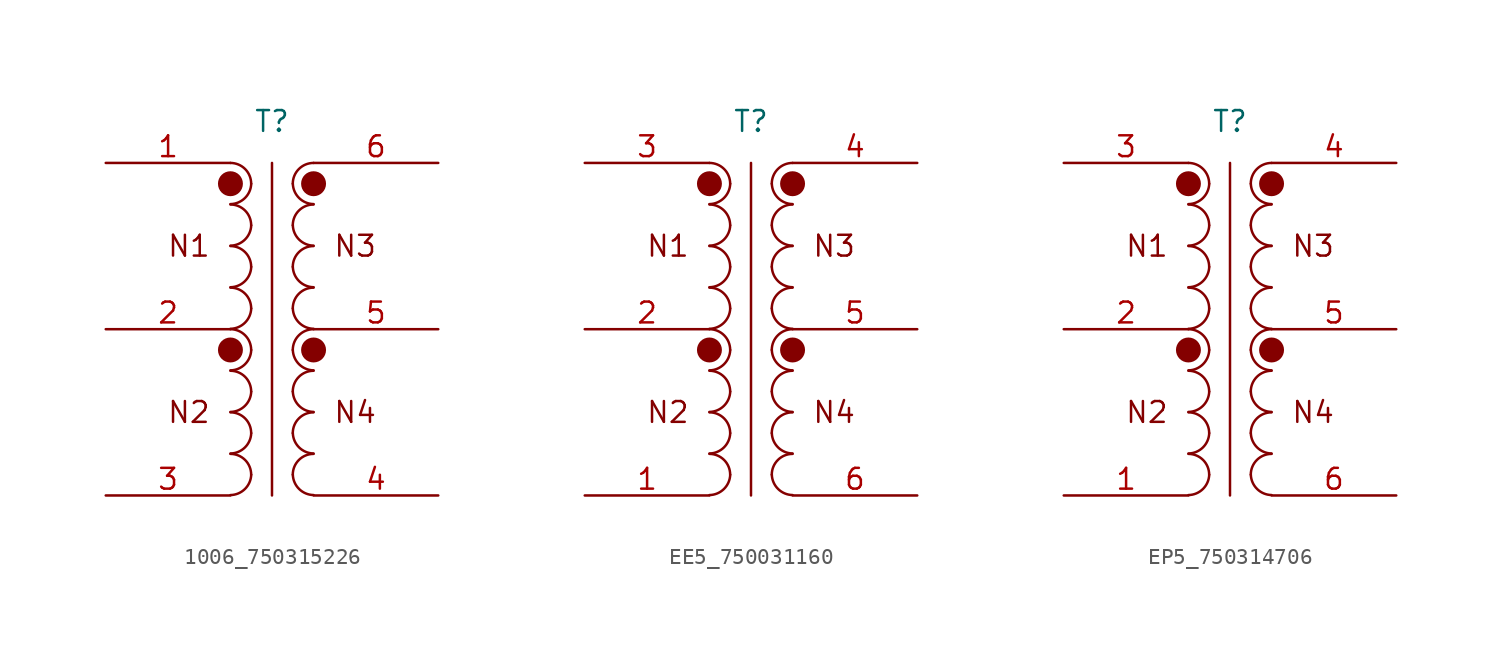
<source format=kicad_sym>
(kicad_symbol_lib
  (version 20220914)
  (generator kicad_symbol_editor)
  (symbol "1006_750315226"
    (pin_names hide)
    (property "Reference" "T"
      (at 0 12.7 0)
      (effects (font (size 1.27 1.27))))
    (property "Critical Parameter" ""
      (at 0 -5.08 0)
      (effects (font (size 1.27 1.27)) (justify left)))
    (symbol "1006_750315226_0_1"
      (arc (start -2.54 -10.1346) (mid -1.6561 -9.7663) (end -1.27 -8.89) (stroke (width 0) (type default)) (fill (type none)))
      (arc (start -2.54 -7.5946) (mid -1.6561 -7.2263) (end -1.27 -6.35) (stroke (width 0) (type default)) (fill (type none)))
      (arc (start -2.54 -5.0546) (mid -1.6561 -4.6863) (end -1.27 -3.81) (stroke (width 0) (type default)) (fill (type none)))
      (arc (start -2.54 -2.5146) (mid -1.6561 -2.1463) (end -1.27 -1.27) (stroke (width 0) (type default)) (fill (type none)))
      (arc (start -2.54 0.0254) (mid -1.6561 0.3937) (end -1.27 1.27) (stroke (width 0) (type default)) (fill (type none)))
      (arc (start -2.54 2.5654) (mid -1.6561 2.9337) (end -1.27 3.81) (stroke (width 0) (type default)) (fill (type none)))
      (arc (start -2.54 5.1054) (mid -1.6561 5.4737) (end -1.27 6.35) (stroke (width 0) (type default)) (fill (type none)))
      (arc (start -2.54 7.6454) (mid -1.6561 8.0137) (end -1.27 8.89) (stroke (width 0) (type default)) (fill (type none)))
      (arc (start -1.27 -8.89) (mid -1.642 -7.992) (end -2.54 -7.62) (stroke (width 0) (type default)) (fill (type none)))
      (arc (start -1.27 -6.35) (mid -1.642 -5.452) (end -2.54 -5.08) (stroke (width 0) (type default)) (fill (type none)))
      (arc (start -1.27 -3.81) (mid -1.642 -2.912) (end -2.54 -2.54) (stroke (width 0) (type default)) (fill (type none)))
      (arc (start -1.27 -1.27) (mid -1.642 -0.372) (end -2.54 0) (stroke (width 0) (type default)) (fill (type none)))
      (arc (start -1.27 1.27) (mid -1.642 2.168) (end -2.54 2.54) (stroke (width 0) (type default)) (fill (type none)))
      (arc (start -1.27 3.81) (mid -1.642 4.708) (end -2.54 5.08) (stroke (width 0) (type default)) (fill (type none)))
      (arc (start -1.27 6.35) (mid -1.642 7.248) (end -2.54 7.62) (stroke (width 0) (type default)) (fill (type none)))
      (arc (start -1.27 8.89) (mid -1.642 9.788) (end -2.54 10.16) (stroke (width 0) (type default)) (fill (type none)))
      (polyline (pts (xy 0 -10.16) (xy 0 10.16)) (stroke (width 0) (type default)) (fill (type none)))
      (arc (start 1.27 -8.89) (mid 1.6561 -9.7663) (end 2.54 -10.1346) (stroke (width 0) (type default)) (fill (type none)))
      (arc (start 1.27 -6.35) (mid 1.6561 -7.2263) (end 2.54 -7.5946) (stroke (width 0) (type default)) (fill (type none)))
      (arc (start 1.27 -3.81) (mid 1.6561 -4.6863) (end 2.54 -5.0546) (stroke (width 0) (type default)) (fill (type none)))
      (arc (start 1.27 -1.27) (mid 1.6561 -2.1463) (end 2.54 -2.5146) (stroke (width 0) (type default)) (fill (type none)))
      (arc (start 1.27 1.27) (mid 1.6561 0.3937) (end 2.54 0.0254) (stroke (width 0) (type default)) (fill (type none)))
      (arc (start 1.27 3.81) (mid 1.6561 2.9337) (end 2.54 2.5654) (stroke (width 0) (type default)) (fill (type none)))
      (arc (start 1.27 6.35) (mid 1.6561 5.4737) (end 2.54 5.1054) (stroke (width 0) (type default)) (fill (type none)))
      (arc (start 1.27 8.89) (mid 1.6561 8.0137) (end 2.54 7.6454) (stroke (width 0) (type default)) (fill (type none)))
      (arc (start 2.54 -7.62) (mid 1.642 -7.992) (end 1.27 -8.89) (stroke (width 0) (type default)) (fill (type none)))
      (arc (start 2.54 -5.08) (mid 1.642 -5.452) (end 1.27 -6.35) (stroke (width 0) (type default)) (fill (type none)))
      (arc (start 2.54 -2.54) (mid 1.642 -2.912) (end 1.27 -3.81) (stroke (width 0) (type default)) (fill (type none)))
      (arc (start 2.54 0) (mid 1.642 -0.372) (end 1.27 -1.27) (stroke (width 0) (type default)) (fill (type none)))
      (arc (start 2.54 2.54) (mid 1.642 2.168) (end 1.27 1.27) (stroke (width 0) (type default)) (fill (type none)))
      (arc (start 2.54 5.08) (mid 1.642 4.708) (end 1.27 3.81) (stroke (width 0) (type default)) (fill (type none)))
      (arc (start 2.54 7.62) (mid 1.642 7.248) (end 1.27 6.35) (stroke (width 0) (type default)) (fill (type none)))
      (arc (start 2.54 10.16) (mid 1.642 9.788) (end 1.27 8.89) (stroke (width 0) (type default)) (fill (type none))))
    (symbol "1006_750315226_1_1"
      (circle (center -2.54 -1.27) (radius 0.0001) (stroke (width 0.762) (type default)) (fill (type none)))
      (circle (center -2.54 8.89) (radius 0.0001) (stroke (width 0.762) (type default)) (fill (type none)))
      (circle (center 2.54 -1.27) (radius 0.0001) (stroke (width 0.762) (type default)) (fill (type none)))
      (circle (center 2.54 8.89) (radius 0.0001) (stroke (width 0.762) (type default)) (fill (type none)))
      (text "N1" (at -5.08 5.08 0) (effects (font (size 1.27 1.27))))
      (text "N2" (at -5.08 -5.08 0) (effects (font (size 1.27 1.27))))
      (text "N3" (at 5.08 5.08 0) (effects (font (size 1.27 1.27))))
      (text "N4" (at 5.08 -5.08 0) (effects (font (size 1.27 1.27))))
      (pin passive line (at -10.16 10.16 0) (length 7.62) (name "1" (effects (font (size 1.27 1.27)))) (number "1" (effects (font (size 1.27 1.27)))))
      (pin passive line (at -10.16 0 0) (length 7.62) (name "2" (effects (font (size 1.27 1.27)))) (number "2" (effects (font (size 1.27 1.27)))))
      (pin passive line (at -10.16 -10.16 0) (length 7.62) (name "3" (effects (font (size 1.27 1.27)))) (number "3" (effects (font (size 1.27 1.27)))))
      (pin passive line (at 10.16 -10.16 180) (length 7.62) (name "4" (effects (font (size 1.27 1.27)))) (number "4" (effects (font (size 1.27 1.27)))))
      (pin passive line (at 10.16 0 180) (length 7.62) (name "5" (effects (font (size 1.27 1.27)))) (number "5" (effects (font (size 1.27 1.27)))))
      (pin passive line (at 10.16 10.16 180) (length 7.62) (name "6" (effects (font (size 1.27 1.27)))) (number "6" (effects (font (size 1.27 1.27)))))))
  (symbol "EE5_750031160"
    (pin_names hide)
    (property "Reference" "T"
      (at 0 12.7 0)
      (effects (font (size 1.27 1.27))))
    (property "Critical Parameter" ""
      (at 0 -5.08 0)
      (effects (font (size 1.27 1.27)) (justify left)))
    (symbol "EE5_750031160_0_1"
      (arc (start -2.54 -10.1346) (mid -1.6561 -9.7663) (end -1.27 -8.89) (stroke (width 0) (type default)) (fill (type none)))
      (arc (start -2.54 -7.5946) (mid -1.6561 -7.2263) (end -1.27 -6.35) (stroke (width 0) (type default)) (fill (type none)))
      (arc (start -2.54 -5.0546) (mid -1.6561 -4.6863) (end -1.27 -3.81) (stroke (width 0) (type default)) (fill (type none)))
      (arc (start -2.54 -2.5146) (mid -1.6561 -2.1463) (end -1.27 -1.27) (stroke (width 0) (type default)) (fill (type none)))
      (arc (start -2.54 0.0254) (mid -1.6561 0.3937) (end -1.27 1.27) (stroke (width 0) (type default)) (fill (type none)))
      (arc (start -2.54 2.5654) (mid -1.6561 2.9337) (end -1.27 3.81) (stroke (width 0) (type default)) (fill (type none)))
      (arc (start -2.54 5.1054) (mid -1.6561 5.4737) (end -1.27 6.35) (stroke (width 0) (type default)) (fill (type none)))
      (arc (start -2.54 7.6454) (mid -1.6561 8.0137) (end -1.27 8.89) (stroke (width 0) (type default)) (fill (type none)))
      (arc (start -1.27 -8.89) (mid -1.642 -7.992) (end -2.54 -7.62) (stroke (width 0) (type default)) (fill (type none)))
      (arc (start -1.27 -6.35) (mid -1.642 -5.452) (end -2.54 -5.08) (stroke (width 0) (type default)) (fill (type none)))
      (arc (start -1.27 -3.81) (mid -1.642 -2.912) (end -2.54 -2.54) (stroke (width 0) (type default)) (fill (type none)))
      (arc (start -1.27 -1.27) (mid -1.642 -0.372) (end -2.54 0) (stroke (width 0) (type default)) (fill (type none)))
      (arc (start -1.27 1.27) (mid -1.642 2.168) (end -2.54 2.54) (stroke (width 0) (type default)) (fill (type none)))
      (arc (start -1.27 3.81) (mid -1.642 4.708) (end -2.54 5.08) (stroke (width 0) (type default)) (fill (type none)))
      (arc (start -1.27 6.35) (mid -1.642 7.248) (end -2.54 7.62) (stroke (width 0) (type default)) (fill (type none)))
      (arc (start -1.27 8.89) (mid -1.642 9.788) (end -2.54 10.16) (stroke (width 0) (type default)) (fill (type none)))
      (polyline (pts (xy 0 -10.16) (xy 0 10.16)) (stroke (width 0) (type default)) (fill (type none)))
      (arc (start 1.27 -8.89) (mid 1.6561 -9.7663) (end 2.54 -10.1346) (stroke (width 0) (type default)) (fill (type none)))
      (arc (start 1.27 -6.35) (mid 1.6561 -7.2263) (end 2.54 -7.5946) (stroke (width 0) (type default)) (fill (type none)))
      (arc (start 1.27 -3.81) (mid 1.6561 -4.6863) (end 2.54 -5.0546) (stroke (width 0) (type default)) (fill (type none)))
      (arc (start 1.27 -1.27) (mid 1.6561 -2.1463) (end 2.54 -2.5146) (stroke (width 0) (type default)) (fill (type none)))
      (arc (start 1.27 1.27) (mid 1.6561 0.3937) (end 2.54 0.0254) (stroke (width 0) (type default)) (fill (type none)))
      (arc (start 1.27 3.81) (mid 1.6561 2.9337) (end 2.54 2.5654) (stroke (width 0) (type default)) (fill (type none)))
      (arc (start 1.27 6.35) (mid 1.6561 5.4737) (end 2.54 5.1054) (stroke (width 0) (type default)) (fill (type none)))
      (arc (start 1.27 8.89) (mid 1.6561 8.0137) (end 2.54 7.6454) (stroke (width 0) (type default)) (fill (type none)))
      (arc (start 2.54 -7.62) (mid 1.642 -7.992) (end 1.27 -8.89) (stroke (width 0) (type default)) (fill (type none)))
      (arc (start 2.54 -5.08) (mid 1.642 -5.452) (end 1.27 -6.35) (stroke (width 0) (type default)) (fill (type none)))
      (arc (start 2.54 -2.54) (mid 1.642 -2.912) (end 1.27 -3.81) (stroke (width 0) (type default)) (fill (type none)))
      (arc (start 2.54 0) (mid 1.642 -0.372) (end 1.27 -1.27) (stroke (width 0) (type default)) (fill (type none)))
      (arc (start 2.54 2.54) (mid 1.642 2.168) (end 1.27 1.27) (stroke (width 0) (type default)) (fill (type none)))
      (arc (start 2.54 5.08) (mid 1.642 4.708) (end 1.27 3.81) (stroke (width 0) (type default)) (fill (type none)))
      (arc (start 2.54 7.62) (mid 1.642 7.248) (end 1.27 6.35) (stroke (width 0) (type default)) (fill (type none)))
      (arc (start 2.54 10.16) (mid 1.642 9.788) (end 1.27 8.89) (stroke (width 0) (type default)) (fill (type none))))
    (symbol "EE5_750031160_1_1"
      (circle (center -2.54 -1.27) (radius 0.0001) (stroke (width 0.762) (type default)) (fill (type none)))
      (circle (center -2.54 8.89) (radius 0.0001) (stroke (width 0.762) (type default)) (fill (type none)))
      (circle (center 2.54 -1.27) (radius 0.0001) (stroke (width 0.762) (type default)) (fill (type none)))
      (circle (center 2.54 8.89) (radius 0.0001) (stroke (width 0.762) (type default)) (fill (type none)))
      (text "N1" (at -5.08 5.08 0) (effects (font (size 1.27 1.27))))
      (text "N2" (at -5.08 -5.08 0) (effects (font (size 1.27 1.27))))
      (text "N3" (at 5.08 5.08 0) (effects (font (size 1.27 1.27))))
      (text "N4" (at 5.08 -5.08 0) (effects (font (size 1.27 1.27))))
      (pin passive line (at -10.16 -10.16 0) (length 7.62) (name "1" (effects (font (size 1.27 1.27)))) (number "1" (effects (font (size 1.27 1.27)))))
      (pin passive line (at -10.16 0 0) (length 7.62) (name "2" (effects (font (size 1.27 1.27)))) (number "2" (effects (font (size 1.27 1.27)))))
      (pin passive line (at -10.16 10.16 0) (length 7.62) (name "3" (effects (font (size 1.27 1.27)))) (number "3" (effects (font (size 1.27 1.27)))))
      (pin passive line (at 10.16 10.16 180) (length 7.62) (name "4" (effects (font (size 1.27 1.27)))) (number "4" (effects (font (size 1.27 1.27)))))
      (pin passive line (at 10.16 0 180) (length 7.62) (name "5" (effects (font (size 1.27 1.27)))) (number "5" (effects (font (size 1.27 1.27)))))
      (pin passive line (at 10.16 -10.16 180) (length 7.62) (name "6" (effects (font (size 1.27 1.27)))) (number "6" (effects (font (size 1.27 1.27)))))))
  (symbol "EP5_750314706"
    (pin_names hide)
    (property "Reference" "T"
      (at 0 12.7 0)
      (effects (font (size 1.27 1.27))))
    (property "Critical Parameter" ""
      (at 0 -5.08 0)
      (effects (font (size 1.27 1.27)) (justify left)))
    (symbol "EP5_750314706_0_1"
      (arc (start -2.54 -10.1346) (mid -1.6561 -9.7663) (end -1.27 -8.89) (stroke (width 0) (type default)) (fill (type none)))
      (arc (start -2.54 -7.5946) (mid -1.6561 -7.2263) (end -1.27 -6.35) (stroke (width 0) (type default)) (fill (type none)))
      (arc (start -2.54 -5.0546) (mid -1.6561 -4.6863) (end -1.27 -3.81) (stroke (width 0) (type default)) (fill (type none)))
      (arc (start -2.54 -2.5146) (mid -1.6561 -2.1463) (end -1.27 -1.27) (stroke (width 0) (type default)) (fill (type none)))
      (arc (start -2.54 0.0254) (mid -1.6561 0.3937) (end -1.27 1.27) (stroke (width 0) (type default)) (fill (type none)))
      (arc (start -2.54 2.5654) (mid -1.6561 2.9337) (end -1.27 3.81) (stroke (width 0) (type default)) (fill (type none)))
      (arc (start -2.54 5.1054) (mid -1.6561 5.4737) (end -1.27 6.35) (stroke (width 0) (type default)) (fill (type none)))
      (arc (start -2.54 7.6454) (mid -1.6561 8.0137) (end -1.27 8.89) (stroke (width 0) (type default)) (fill (type none)))
      (arc (start -1.27 -8.89) (mid -1.642 -7.992) (end -2.54 -7.62) (stroke (width 0) (type default)) (fill (type none)))
      (arc (start -1.27 -6.35) (mid -1.642 -5.452) (end -2.54 -5.08) (stroke (width 0) (type default)) (fill (type none)))
      (arc (start -1.27 -3.81) (mid -1.642 -2.912) (end -2.54 -2.54) (stroke (width 0) (type default)) (fill (type none)))
      (arc (start -1.27 -1.27) (mid -1.642 -0.372) (end -2.54 0) (stroke (width 0) (type default)) (fill (type none)))
      (arc (start -1.27 1.27) (mid -1.642 2.168) (end -2.54 2.54) (stroke (width 0) (type default)) (fill (type none)))
      (arc (start -1.27 3.81) (mid -1.642 4.708) (end -2.54 5.08) (stroke (width 0) (type default)) (fill (type none)))
      (arc (start -1.27 6.35) (mid -1.642 7.248) (end -2.54 7.62) (stroke (width 0) (type default)) (fill (type none)))
      (arc (start -1.27 8.89) (mid -1.642 9.788) (end -2.54 10.16) (stroke (width 0) (type default)) (fill (type none)))
      (polyline (pts (xy 0 -10.16) (xy 0 10.16)) (stroke (width 0) (type default)) (fill (type none)))
      (arc (start 1.27 -8.89) (mid 1.6561 -9.7663) (end 2.54 -10.1346) (stroke (width 0) (type default)) (fill (type none)))
      (arc (start 1.27 -6.35) (mid 1.6561 -7.2263) (end 2.54 -7.5946) (stroke (width 0) (type default)) (fill (type none)))
      (arc (start 1.27 -3.81) (mid 1.6561 -4.6863) (end 2.54 -5.0546) (stroke (width 0) (type default)) (fill (type none)))
      (arc (start 1.27 -1.27) (mid 1.6561 -2.1463) (end 2.54 -2.5146) (stroke (width 0) (type default)) (fill (type none)))
      (arc (start 1.27 1.27) (mid 1.6561 0.3937) (end 2.54 0.0254) (stroke (width 0) (type default)) (fill (type none)))
      (arc (start 1.27 3.81) (mid 1.6561 2.9337) (end 2.54 2.5654) (stroke (width 0) (type default)) (fill (type none)))
      (arc (start 1.27 6.35) (mid 1.6561 5.4737) (end 2.54 5.1054) (stroke (width 0) (type default)) (fill (type none)))
      (arc (start 1.27 8.89) (mid 1.6561 8.0137) (end 2.54 7.6454) (stroke (width 0) (type default)) (fill (type none)))
      (arc (start 2.54 -7.62) (mid 1.642 -7.992) (end 1.27 -8.89) (stroke (width 0) (type default)) (fill (type none)))
      (arc (start 2.54 -5.08) (mid 1.642 -5.452) (end 1.27 -6.35) (stroke (width 0) (type default)) (fill (type none)))
      (arc (start 2.54 -2.54) (mid 1.642 -2.912) (end 1.27 -3.81) (stroke (width 0) (type default)) (fill (type none)))
      (arc (start 2.54 0) (mid 1.642 -0.372) (end 1.27 -1.27) (stroke (width 0) (type default)) (fill (type none)))
      (arc (start 2.54 2.54) (mid 1.642 2.168) (end 1.27 1.27) (stroke (width 0) (type default)) (fill (type none)))
      (arc (start 2.54 5.08) (mid 1.642 4.708) (end 1.27 3.81) (stroke (width 0) (type default)) (fill (type none)))
      (arc (start 2.54 7.62) (mid 1.642 7.248) (end 1.27 6.35) (stroke (width 0) (type default)) (fill (type none)))
      (arc (start 2.54 10.16) (mid 1.642 9.788) (end 1.27 8.89) (stroke (width 0) (type default)) (fill (type none))))
    (symbol "EP5_750314706_1_1"
      (circle (center -2.54 -1.27) (radius 0.0001) (stroke (width 0.762) (type default)) (fill (type none)))
      (circle (center -2.54 8.89) (radius 0.0001) (stroke (width 0.762) (type default)) (fill (type none)))
      (circle (center 2.54 -1.27) (radius 0.0001) (stroke (width 0.762) (type default)) (fill (type none)))
      (circle (center 2.54 8.89) (radius 0.0001) (stroke (width 0.762) (type default)) (fill (type none)))
      (text "N1" (at -5.08 5.08 0) (effects (font (size 1.27 1.27))))
      (text "N2" (at -5.08 -5.08 0) (effects (font (size 1.27 1.27))))
      (text "N3" (at 5.08 5.08 0) (effects (font (size 1.27 1.27))))
      (text "N4" (at 5.08 -5.08 0) (effects (font (size 1.27 1.27))))
      (pin passive line (at -10.16 -10.16 0) (length 7.62) (name "1" (effects (font (size 1.27 1.27)))) (number "1" (effects (font (size 1.27 1.27)))))
      (pin passive line (at -10.16 0 0) (length 7.62) (name "2" (effects (font (size 1.27 1.27)))) (number "2" (effects (font (size 1.27 1.27)))))
      (pin passive line (at -10.16 10.16 0) (length 7.62) (name "3" (effects (font (size 1.27 1.27)))) (number "3" (effects (font (size 1.27 1.27)))))
      (pin passive line (at 10.16 10.16 180) (length 7.62) (name "4" (effects (font (size 1.27 1.27)))) (number "4" (effects (font (size 1.27 1.27)))))
      (pin passive line (at 10.16 0 180) (length 7.62) (name "5" (effects (font (size 1.27 1.27)))) (number "5" (effects (font (size 1.27 1.27)))))
      (pin passive line (at 10.16 -10.16 180) (length 7.62) (name "6" (effects (font (size 1.27 1.27)))) (number "6" (effects (font (size 1.27 1.27))))))))
</source>
